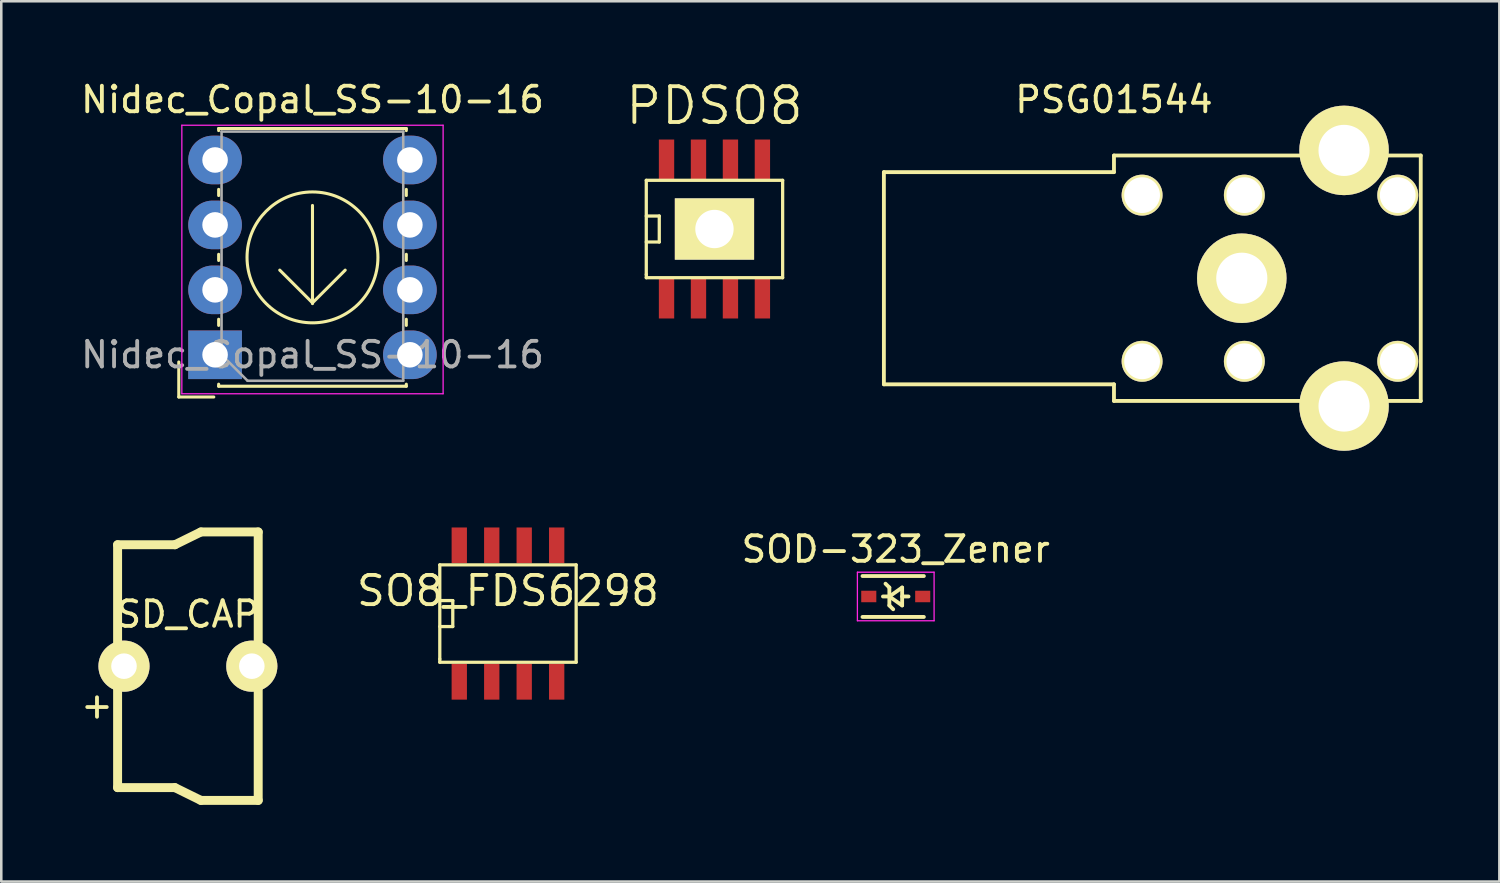
<source format=kicad_pcb>
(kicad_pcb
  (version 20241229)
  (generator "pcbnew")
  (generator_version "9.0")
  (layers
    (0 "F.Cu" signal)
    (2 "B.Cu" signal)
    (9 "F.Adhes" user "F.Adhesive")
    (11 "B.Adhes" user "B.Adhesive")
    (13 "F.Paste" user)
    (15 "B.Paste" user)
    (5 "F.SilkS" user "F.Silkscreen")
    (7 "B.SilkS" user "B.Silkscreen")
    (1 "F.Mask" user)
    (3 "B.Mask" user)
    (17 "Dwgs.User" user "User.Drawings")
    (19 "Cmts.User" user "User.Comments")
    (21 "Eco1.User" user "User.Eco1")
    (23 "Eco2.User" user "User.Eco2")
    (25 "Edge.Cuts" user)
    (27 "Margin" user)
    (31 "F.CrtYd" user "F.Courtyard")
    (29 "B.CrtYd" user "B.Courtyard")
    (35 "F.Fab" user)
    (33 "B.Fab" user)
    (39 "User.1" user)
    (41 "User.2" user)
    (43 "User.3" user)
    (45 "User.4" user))
  (footprint "SD_CAP"
    (layer "F.Cu")
    (at 4.3 23.008)
    (property "Reference" "SD_CAP" (at 0 -2.032 0) (layer "F.SilkS") (effects (font (size 1 1) (thickness 0.15))))
    (attr through_hole)
    (fp_line (start -2.75 -4.75) (end -2.75 4.75) (stroke (width 0.35) (type solid)) (layer "F.SilkS"))
    (fp_line (start -2.75 -4.75) (end -0.508 -4.75) (stroke (width 0.35) (type solid)) (layer "F.SilkS"))
    (fp_line (start -2.75 4.75) (end -0.508 4.75) (stroke (width 0.35) (type solid)) (layer "F.SilkS"))
    (fp_line (start -0.508 -4.75) (end 0.508 -5.25) (stroke (width 0.35) (type solid)) (layer "F.SilkS"))
    (fp_line (start -0.508 4.75) (end 0.508 5.25) (stroke (width 0.35) (type solid)) (layer "F.SilkS"))
    (fp_line (start 0.508 -5.25) (end 2.75 -5.25) (stroke (width 0.35) (type solid)) (layer "F.SilkS"))
    (fp_line (start 0.508 5.25) (end 2.75 5.25) (stroke (width 0.35) (type solid)) (layer "F.SilkS"))
    (fp_line (start 2.75 5.25) (end 2.75 -5.25) (stroke (width 0.35) (type solid)) (layer "F.SilkS"))
    (fp_text user "+" (at -3.556 1.524 0) (layer "F.SilkS") (effects (font (size 1 1) (thickness 0.15))))
    (pad "1" thru_hole circle (at -2.5 0) (size 2 2) (drill 1) (layers "*.Cu" "*.Mask" "F.SilkS"))
    (pad "2" thru_hole circle (at 2.5 0) (size 2 2) (drill 1) (layers "*.Cu" "*.Mask" "F.SilkS")))
  (footprint "Nidec_Copal_SS-10-16"
    (layer "F.Cu")
    (at 5.363 3.208)
    (property "Reference" "Nidec_Copal_SS-10-16" (at 3.81 -2.36 0) (layer "F.SilkS") (effects (font (size 1 1) (thickness 0.15))))
    (attr through_hole)
    (fp_line (start -1.42 9.271) (end -1.42 7.901) (stroke (width 0.12) (type solid)) (layer "F.SilkS"))
    (fp_line (start -1.42 9.271) (end -0.05 9.271) (stroke (width 0.12) (type solid)) (layer "F.SilkS"))
    (fp_line (start 0.14 -1.23) (end 7.48 -1.23) (stroke (width 0.12) (type solid)) (layer "F.SilkS"))
    (fp_line (start 0.14 -1.15) (end 0.14 -1.23) (stroke (width 0.12) (type solid)) (layer "F.SilkS"))
    (fp_line (start 0.14 1.15) (end 0.14 1.39) (stroke (width 0.12) (type solid)) (layer "F.SilkS"))
    (fp_line (start 0.14 3.69) (end 0.14 3.93) (stroke (width 0.12) (type solid)) (layer "F.SilkS"))
    (fp_line (start 0.14 6.23) (end 0.14 6.47) (stroke (width 0.12) (type solid)) (layer "F.SilkS"))
    (fp_line (start 0.14 8.85) (end 0.14 8.77) (stroke (width 0.12) (type solid)) (layer "F.SilkS"))
    (fp_line (start 0.14 8.85) (end 7.48 8.85) (stroke (width 0.12) (type solid)) (layer "F.SilkS"))
    (fp_line (start 2.53 4.308) (end 3.81 5.588) (stroke (width 0.12) (type solid)) (layer "F.SilkS"))
    (fp_line (start 3.81 1.778) (end 3.81 5.618) (stroke (width 0.12) (type solid)) (layer "F.SilkS"))
    (fp_line (start 3.81 5.588) (end 5.09 4.308) (stroke (width 0.12) (type solid)) (layer "F.SilkS"))
    (fp_line (start 7.48 -1.23) (end 7.48 -1.15) (stroke (width 0.12) (type solid)) (layer "F.SilkS"))
    (fp_line (start 7.48 1.15) (end 7.48 1.39) (stroke (width 0.12) (type solid)) (layer "F.SilkS"))
    (fp_line (start 7.48 3.69) (end 7.48 3.93) (stroke (width 0.12) (type solid)) (layer "F.SilkS"))
    (fp_line (start 7.48 6.47) (end 7.48 6.23) (stroke (width 0.12) (type solid)) (layer "F.SilkS"))
    (fp_line (start 7.48 8.85) (end 7.48 8.77) (stroke (width 0.12) (type solid)) (layer "F.SilkS"))
    (fp_circle (center 3.81 3.81) (end 6.37 3.81) (stroke (width 0.12) (type solid)) (fill no) (layer "F.SilkS"))
    (fp_line (start -1.3 -1.36) (end -1.3 9.144) (stroke (width 0.05) (type solid)) (layer "F.CrtYd"))
    (fp_line (start -1.3 9.144) (end 8.92 9.144) (stroke (width 0.05) (type solid)) (layer "F.CrtYd"))
    (fp_line (start 8.92 -1.36) (end -1.3 -1.36) (stroke (width 0.05) (type solid)) (layer "F.CrtYd"))
    (fp_line (start 8.92 9.144) (end 8.92 -1.36) (stroke (width 0.05) (type solid)) (layer "F.CrtYd"))
    (fp_line (start 0.254 -1.11) (end 7.36 -1.11) (stroke (width 0.1) (type solid)) (layer "F.Fab"))
    (fp_line (start 0.254 7.62) (end 0.254 -1.11) (stroke (width 0.1) (type solid)) (layer "F.Fab"))
    (fp_line (start 1.27 8.636) (end 0.254 7.62) (stroke (width 0.1) (type solid)) (layer "F.Fab"))
    (fp_line (start 7.36 -1.11) (end 7.36 8.636) (stroke (width 0.1) (type solid)) (layer "F.Fab"))
    (fp_line (start 7.36 8.636) (end 1.27 8.636) (stroke (width 0.1) (type solid)) (layer "F.Fab"))
    (fp_text user "${REFERENCE}" (at 3.81 7.62 0) (layer "F.Fab") (effects (font (size 1 1) (thickness 0.15))))
    (pad "1" thru_hole rect (at 0 7.62) (size 2.1 1.9) (drill 1) (layers "*.Cu" "*.Mask"))
    (pad "2" thru_hole oval (at 0 5.08) (size 2.1 1.9) (drill 1) (layers "*.Cu" "*.Mask"))
    (pad "3" thru_hole oval (at 0 2.54) (size 2.1 1.9) (drill 1) (layers "*.Cu" "*.Mask"))
    (pad "4" thru_hole oval (at 0 0) (size 2.1 1.9) (drill 1) (layers "*.Cu" "*.Mask"))
    (pad "5" thru_hole oval (at 7.62 0) (size 2.1 1.9) (drill 1) (layers "*.Cu" "*.Mask"))
    (pad "6" thru_hole oval (at 7.62 2.54) (size 2.1 1.9) (drill 1) (layers "*.Cu" "*.Mask"))
    (pad "7" thru_hole oval (at 7.62 5.08) (size 2.1 1.9) (drill 1) (layers "*.Cu" "*.Mask"))
    (pad "8" thru_hole oval (at 7.62 7.62) (size 2.1 1.9) (drill 1) (layers "*.Cu" "*.Mask")))
  (footprint "SO8_FDS6298"
    (layer "F.Cu")
    (at 16.82 20.95)
    (property "Reference" "SO8_FDS6298" (at 0 -0.889 0) (layer "F.SilkS") (effects (font (size 1.143 1.143) (thickness 0.152))))
    (attr smd)
    (fp_line (start -2.667 -1.905) (end -2.667 1.778) (stroke (width 0.127) (type solid)) (layer "F.SilkS"))
    (fp_line (start -2.667 -0.508) (end -2.159 -0.508) (stroke (width 0.127) (type solid)) (layer "F.SilkS"))
    (fp_line (start -2.667 1.778) (end -2.667 1.905) (stroke (width 0.127) (type solid)) (layer "F.SilkS"))
    (fp_line (start -2.667 1.905) (end 2.667 1.905) (stroke (width 0.127) (type solid)) (layer "F.SilkS"))
    (fp_line (start -2.159 -0.508) (end -2.159 0.508) (stroke (width 0.127) (type solid)) (layer "F.SilkS"))
    (fp_line (start -2.159 0.508) (end -2.667 0.508) (stroke (width 0.127) (type solid)) (layer "F.SilkS"))
    (fp_line (start 2.667 -1.905) (end -2.667 -1.905) (stroke (width 0.127) (type solid)) (layer "F.SilkS"))
    (fp_line (start 2.667 -1.905) (end 2.667 1.905) (stroke (width 0.127) (type solid)) (layer "F.SilkS"))
    (pad "D" smd rect (at -1.905 -2.667) (size 0.599 1.4) (layers "F.Cu" "F.Mask" "F.Paste"))
    (pad "D" smd rect (at -0.635 -2.667) (size 0.599 1.4) (layers "F.Cu" "F.Mask" "F.Paste"))
    (pad "D" smd rect (at 0.635 -2.667) (size 0.599 1.4) (layers "F.Cu" "F.Mask" "F.Paste"))
    (pad "D" smd rect (at 1.905 -2.667) (size 0.599 1.4) (layers "F.Cu" "F.Mask" "F.Paste"))
    (pad "G" smd rect (at 1.905 2.667) (size 0.599 1.4) (layers "F.Cu" "F.Mask" "F.Paste"))
    (pad "S" smd rect (at -1.905 2.667) (size 0.599 1.4) (layers "F.Cu" "F.Mask" "F.Paste"))
    (pad "S" smd rect (at -0.635 2.667) (size 0.599 1.4) (layers "F.Cu" "F.Mask" "F.Paste"))
    (pad "S" smd rect (at 0.635 2.667) (size 0.599 1.4) (layers "F.Cu" "F.Mask" "F.Paste")))
  (footprint "PSG01544"
    (layer "F.Cu")
    (at 40.524 7.833)
    (property "Reference" "PSG01544" (at 0 -6.985 0) (layer "F.SilkS") (effects (font (size 1 1) (thickness 0.15))))
    (attr through_hole)
    (fp_line (start -9 -4.15) (end -9 4.15) (stroke (width 0.15) (type solid)) (layer "F.SilkS"))
    (fp_line (start 0 -4.8) (end 12 -4.8) (stroke (width 0.15) (type solid)) (layer "F.SilkS"))
    (fp_line (start 0 -4.15) (end -9 -4.15) (stroke (width 0.15) (type solid)) (layer "F.SilkS"))
    (fp_line (start 0 -4.15) (end 0 -4.8) (stroke (width 0.15) (type solid)) (layer "F.SilkS"))
    (fp_line (start 0 4.15) (end -9 4.15) (stroke (width 0.15) (type solid)) (layer "F.SilkS"))
    (fp_line (start 0 4.15) (end 0 4.8) (stroke (width 0.15) (type solid)) (layer "F.SilkS"))
    (fp_line (start 0 4.8) (end 12 4.8) (stroke (width 0.15) (type solid)) (layer "F.SilkS"))
    (fp_line (start 12 -4.8) (end 12 4.8) (stroke (width 0.15) (type solid)) (layer "F.SilkS"))
    (pad "" np_thru_hole circle (at 1.1 -3.25) (size 1.6 1.6) (drill 1.4) (layers "*.Cu" "*.Mask" "F.SilkS"))
    (pad "" np_thru_hole circle (at 1.1 3.25) (size 1.6 1.6) (drill 1.4) (layers "*.Cu" "*.Mask" "F.SilkS"))
    (pad "" np_thru_hole circle (at 5.1 -3.25) (size 1.6 1.6) (drill 1.4) (layers "*.Cu" "*.Mask" "F.SilkS"))
    (pad "" np_thru_hole circle (at 5.1 3.25) (size 1.6 1.6) (drill 1.4) (layers "*.Cu" "*.Mask" "F.SilkS"))
    (pad "" np_thru_hole circle (at 11.1 -3.25) (size 1.6 1.6) (drill 1.4) (layers "*.Cu" "*.Mask" "F.SilkS"))
    (pad "" np_thru_hole circle (at 11.1 3.25) (size 1.6 1.6) (drill 1.4) (layers "*.Cu" "*.Mask" "F.SilkS"))
    (pad "1" thru_hole circle (at 5 0) (size 3.5 3.5) (drill 2) (layers "*.Cu" "*.Mask" "F.SilkS"))
    (pad "2" thru_hole circle (at 9 -5) (size 3.5 3.5) (drill 2) (layers "*.Cu" "*.Mask" "F.SilkS"))
    (pad "3" thru_hole circle (at 9 5) (size 3.5 3.5) (drill 2) (layers "*.Cu" "*.Mask" "F.SilkS")))
  (footprint "PDSO8"
    (layer "F.Cu")
    (at 24.897 5.908)
    (property "Reference" "PDSO8" (at 0 -4.826 0) (layer "F.SilkS") (effects (font (size 1.4 1.4) (thickness 0.15))))
    (attr smd)
    (fp_line (start -2.667 -1.905) (end -2.667 1.778) (stroke (width 0.127) (type solid)) (layer "F.SilkS"))
    (fp_line (start -2.667 -0.508) (end -2.159 -0.508) (stroke (width 0.127) (type solid)) (layer "F.SilkS"))
    (fp_line (start -2.667 1.778) (end -2.667 1.905) (stroke (width 0.127) (type solid)) (layer "F.SilkS"))
    (fp_line (start -2.667 1.905) (end 2.667 1.905) (stroke (width 0.127) (type solid)) (layer "F.SilkS"))
    (fp_line (start -2.159 -0.508) (end -2.159 0.508) (stroke (width 0.127) (type solid)) (layer "F.SilkS"))
    (fp_line (start -2.159 0.508) (end -2.667 0.508) (stroke (width 0.127) (type solid)) (layer "F.SilkS"))
    (fp_line (start 2.667 -1.905) (end -2.667 -1.905) (stroke (width 0.127) (type solid)) (layer "F.SilkS"))
    (fp_line (start 2.667 -1.905) (end 2.667 1.905) (stroke (width 0.127) (type solid)) (layer "F.SilkS"))
    (pad "1" smd rect (at -1.875 2.7) (size 0.6 1.6) (layers "F.Cu" "F.Mask" "F.Paste"))
    (pad "2" smd rect (at -0.625 2.7) (size 0.6 1.6) (layers "F.Cu" "F.Mask" "F.Paste"))
    (pad "3" smd rect (at 0.625 2.7) (size 0.6 1.6) (layers "F.Cu" "F.Mask" "F.Paste"))
    (pad "4" smd rect (at 1.875 2.7) (size 0.6 1.6) (layers "F.Cu" "F.Mask" "F.Paste"))
    (pad "5" smd rect (at 1.875 -2.7) (size 0.6 1.6) (layers "F.Cu" "F.Mask" "F.Paste"))
    (pad "6" smd rect (at 0.625 -2.7) (size 0.6 1.6) (layers "F.Cu" "F.Mask" "F.Paste"))
    (pad "7" smd rect (at -0.625 -2.7) (size 0.6 1.6) (layers "F.Cu" "F.Mask" "F.Paste"))
    (pad "8" smd rect (at -1.875 -2.7) (size 0.6 1.6) (layers "F.Cu" "F.Mask" "F.Paste"))
    (pad "9" thru_hole rect (at 0 0) (size 3.1 2.4) (drill 1.5) (layers "*.Cu" "*.Mask" "F.SilkS")))
  (footprint "SOD-323_Zener"
    (layer "F.Cu")
    (at 31.988 20.282)
    (property "Reference" "SOD-323_Zener" (at 0 -1.85 0) (layer "F.SilkS") (effects (font (size 1 1) (thickness 0.15))))
    (attr smd)
    (fp_line (start -1.3 -0.8) (end 1.1 -0.8) (stroke (width 0.15) (type solid)) (layer "F.SilkS"))
    (fp_line (start -1.3 0.8) (end 1.1 0.8) (stroke (width 0.15) (type solid)) (layer "F.SilkS"))
    (fp_line (start -0.4 -0.5) (end -0.25 -0.35) (stroke (width 0.15) (type solid)) (layer "F.SilkS"))
    (fp_line (start -0.25 -0.35) (end -0.25 0.35) (stroke (width 0.15) (type solid)) (layer "F.SilkS"))
    (fp_line (start -0.25 0) (end -0.5 0) (stroke (width 0.15) (type solid)) (layer "F.SilkS"))
    (fp_line (start -0.25 0) (end 0.25 -0.35) (stroke (width 0.15) (type solid)) (layer "F.SilkS"))
    (fp_line (start -0.25 0.35) (end -0.1 0.5) (stroke (width 0.15) (type solid)) (layer "F.SilkS"))
    (fp_line (start 0.25 -0.35) (end 0.25 0.35) (stroke (width 0.15) (type solid)) (layer "F.SilkS"))
    (fp_line (start 0.25 0) (end 0.5 0) (stroke (width 0.15) (type solid)) (layer "F.SilkS"))
    (fp_line (start 0.25 0.35) (end -0.25 0) (stroke (width 0.15) (type solid)) (layer "F.SilkS"))
    (fp_line (start -1.5 -0.95) (end -1.5 0.95) (stroke (width 0.05) (type solid)) (layer "F.CrtYd"))
    (fp_line (start -1.5 -0.95) (end 1.5 -0.95) (stroke (width 0.05) (type solid)) (layer "F.CrtYd"))
    (fp_line (start -1.5 0.95) (end 1.5 0.95) (stroke (width 0.05) (type solid)) (layer "F.CrtYd"))
    (fp_line (start 1.5 -0.95) (end 1.5 0.95) (stroke (width 0.05) (type solid)) (layer "F.CrtYd"))
    (pad "1" smd rect (at -1.055 0) (size 0.59 0.45) (layers "F.Cu" "F.Mask" "F.Paste"))
    (pad "2" smd rect (at 1.055 0) (size 0.59 0.45) (layers "F.Cu" "F.Mask" "F.Paste")))
  (gr_rect
    (start -3 -3)
    (end 55.599 31.433)
    (stroke (width 0.1) (type default))
    (fill no)
    (layer "Edge.Cuts")))
</source>
